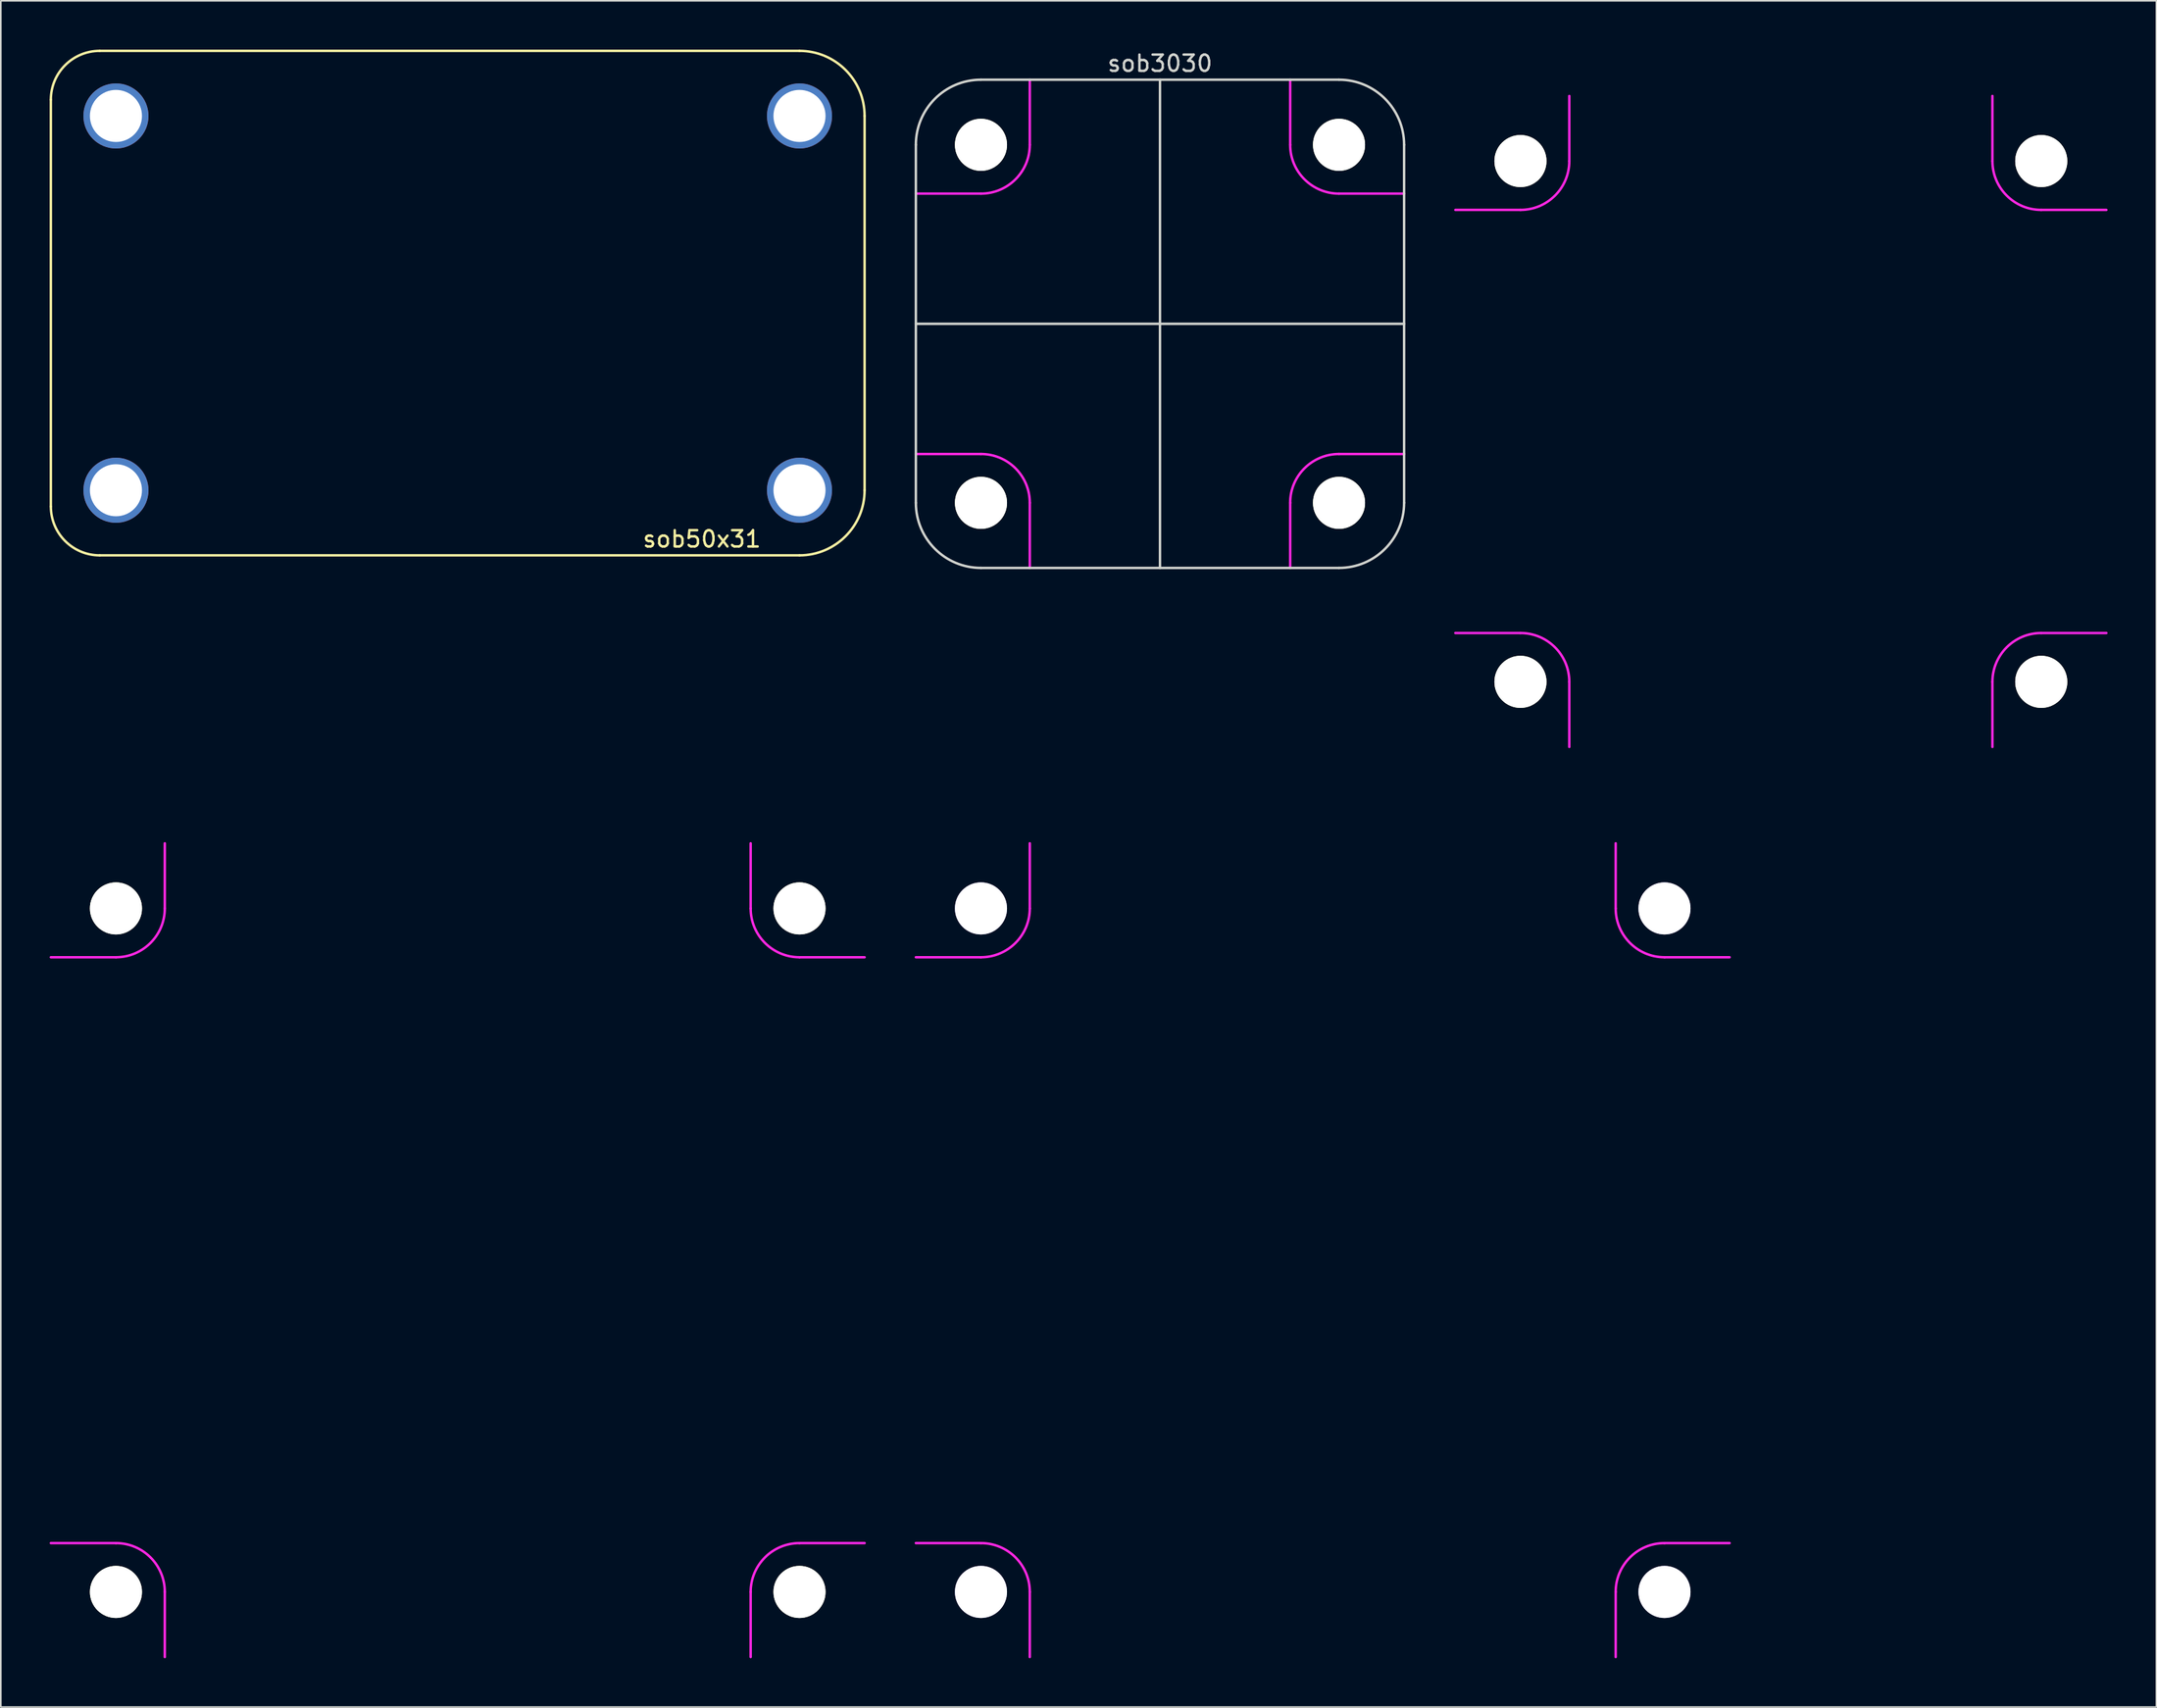
<source format=kicad_pcb>
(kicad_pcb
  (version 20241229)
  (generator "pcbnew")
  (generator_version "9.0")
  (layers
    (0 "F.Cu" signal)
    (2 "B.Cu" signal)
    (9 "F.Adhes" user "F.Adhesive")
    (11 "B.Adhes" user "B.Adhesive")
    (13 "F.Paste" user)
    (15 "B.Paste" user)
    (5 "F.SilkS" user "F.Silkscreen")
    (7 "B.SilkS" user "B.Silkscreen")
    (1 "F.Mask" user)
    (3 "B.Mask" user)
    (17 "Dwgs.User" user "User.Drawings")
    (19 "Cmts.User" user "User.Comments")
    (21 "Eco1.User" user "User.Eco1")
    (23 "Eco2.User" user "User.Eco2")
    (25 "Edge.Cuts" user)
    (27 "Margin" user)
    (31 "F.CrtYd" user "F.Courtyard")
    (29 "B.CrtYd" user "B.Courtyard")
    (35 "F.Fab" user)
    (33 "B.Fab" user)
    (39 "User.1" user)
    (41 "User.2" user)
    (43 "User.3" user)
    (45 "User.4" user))
  (footprint "sob4040"
    (layer "F.Cu")
    (at 106.375 22.848)
    (property "Reference" "sob4040" (at 0 -22 0) (layer "Eco1.User") (effects (font (size 1 1) (thickness 0.15))))
    (attr through_hole)
    (fp_line (start -20 0) (end 20 0) (stroke (width 0.15) (type solid)) (layer "Eco1.User"))
    (fp_line (start -20 16) (end -20 -16) (stroke (width 0.15) (type solid)) (layer "Eco1.User"))
    (fp_line (start -16 -20) (end 16 -20) (stroke (width 0.15) (type solid)) (layer "Eco1.User"))
    (fp_line (start 0 -20) (end 0 20) (stroke (width 0.15) (type solid)) (layer "Eco1.User"))
    (fp_line (start 16 20) (end -16 20) (stroke (width 0.15) (type solid)) (layer "Eco1.User"))
    (fp_line (start 20 -16) (end 20 16) (stroke (width 0.15) (type solid)) (layer "Eco1.User"))
    (fp_arc (start -19.993019 -16.000006) (mid -18.823913 -18.825964) (end -16 -20) (stroke (width 0.15) (type solid)) (layer "Eco1.User"))
    (fp_arc (start -16 20) (mid -18.828427 18.828427) (end -20 16) (stroke (width 0.15) (type solid)) (layer "Eco1.User"))
    (fp_arc (start 16 -20) (mid 18.828427 -18.828427) (end 20 -16) (stroke (width 0.15) (type solid)) (layer "Eco1.User"))
    (fp_arc (start 20 16) (mid 18.828427 18.828427) (end 16 20) (stroke (width 0.15) (type solid)) (layer "Eco1.User"))
    (fp_line (start -16 -13) (end -20 -13) (stroke (width 0.15) (type solid)) (layer "F.CrtYd"))
    (fp_line (start -16 13) (end -20 13) (stroke (width 0.15) (type solid)) (layer "F.CrtYd"))
    (fp_line (start -13 -16) (end -13 -20) (stroke (width 0.15) (type solid)) (layer "F.CrtYd"))
    (fp_line (start -13 16) (end -13 20) (stroke (width 0.15) (type solid)) (layer "F.CrtYd"))
    (fp_line (start 13 -16) (end 13 -20) (stroke (width 0.15) (type solid)) (layer "F.CrtYd"))
    (fp_line (start 13 16) (end 13 20) (stroke (width 0.15) (type solid)) (layer "F.CrtYd"))
    (fp_line (start 16 -13) (end 20 -13) (stroke (width 0.15) (type solid)) (layer "F.CrtYd"))
    (fp_line (start 16 13) (end 20 13) (stroke (width 0.15) (type solid)) (layer "F.CrtYd"))
    (fp_arc (start -16 13) (mid -13.87868 13.87868) (end -13 16) (stroke (width 0.15) (type solid)) (layer "F.CrtYd"))
    (fp_arc (start -13 -16) (mid -13.87868 -13.87868) (end -16 -13) (stroke (width 0.15) (type solid)) (layer "F.CrtYd"))
    (fp_arc (start 13 16) (mid 13.87868 13.87868) (end 16 13) (stroke (width 0.15) (type solid)) (layer "F.CrtYd"))
    (fp_arc (start 16 -13) (mid 13.87868 -13.87868) (end 13 -16) (stroke (width 0.15) (type solid)) (layer "F.CrtYd"))
    (pad "" np_thru_hole circle (at -16 -16) (size 3.2 3.2) (drill 3.2) (layers "*.Cu" "*.Mask" "F.SilkS"))
    (pad "" np_thru_hole circle (at -16 16) (size 3.2 3.2) (drill 3.2) (layers "*.Cu" "*.Mask" "F.SilkS"))
    (pad "" np_thru_hole circle (at 16 -16) (size 3.2 3.2) (drill 3.2) (layers "*.Cu" "*.Mask" "F.SilkS"))
    (pad "" np_thru_hole circle (at 16 16) (size 3.2 3.2) (drill 3.2) (layers "*.Cu" "*.Mask" "F.SilkS")))
  (footprint "sob100100"
    (layer "F.Cu")
    (at 78.225 73.772)
    (property "Reference" "sob100100" (at 0 -27 0) (layer "Eco1.User") (effects (font (size 1 1) (thickness 0.15))))
    (attr through_hole)
    (fp_line (start -25 0) (end 25 0) (stroke (width 0.15) (type solid)) (layer "Eco1.User"))
    (fp_line (start -25 21) (end -25 -21) (stroke (width 0.15) (type solid)) (layer "Eco1.User"))
    (fp_line (start -21 -25) (end 21 -25) (stroke (width 0.15) (type solid)) (layer "Eco1.User"))
    (fp_line (start 0 -25) (end 0 25) (stroke (width 0.15) (type solid)) (layer "Eco1.User"))
    (fp_line (start 21 25) (end -21 25) (stroke (width 0.15) (type solid)) (layer "Eco1.User"))
    (fp_line (start 25 -21) (end 25 21) (stroke (width 0.15) (type solid)) (layer "Eco1.User"))
    (fp_arc (start -24.993019 -21.000006) (mid -23.823913 -23.825964) (end -21 -25) (stroke (width 0.15) (type solid)) (layer "Eco1.User"))
    (fp_arc (start -21 25) (mid -23.828427 23.828427) (end -25 21) (stroke (width 0.15) (type solid)) (layer "Eco1.User"))
    (fp_arc (start 21 -25) (mid 23.828427 -23.828427) (end 25 -21) (stroke (width 0.15) (type solid)) (layer "Eco1.User"))
    (fp_arc (start 25 21) (mid 23.828427 23.828427) (end 21 25) (stroke (width 0.15) (type solid)) (layer "Eco1.User"))
    (fp_line (start -21 -18) (end -25 -18) (stroke (width 0.15) (type solid)) (layer "F.CrtYd"))
    (fp_line (start -21 18) (end -25 18) (stroke (width 0.15) (type solid)) (layer "F.CrtYd"))
    (fp_line (start -18 -21) (end -18 -25) (stroke (width 0.15) (type solid)) (layer "F.CrtYd"))
    (fp_line (start -18 21) (end -18 25) (stroke (width 0.15) (type solid)) (layer "F.CrtYd"))
    (fp_line (start 18 -21) (end 18 -25) (stroke (width 0.15) (type solid)) (layer "F.CrtYd"))
    (fp_line (start 18 21) (end 18 25) (stroke (width 0.15) (type solid)) (layer "F.CrtYd"))
    (fp_line (start 21 -18) (end 25 -18) (stroke (width 0.15) (type solid)) (layer "F.CrtYd"))
    (fp_line (start 21 18) (end 25 18) (stroke (width 0.15) (type solid)) (layer "F.CrtYd"))
    (fp_arc (start -21 18) (mid -18.87868 18.87868) (end -18 21) (stroke (width 0.15) (type solid)) (layer "F.CrtYd"))
    (fp_arc (start -18 -21) (mid -18.87868 -18.87868) (end -21 -18) (stroke (width 0.15) (type solid)) (layer "F.CrtYd"))
    (fp_arc (start 18 21) (mid 18.87868 18.87868) (end 21 18) (stroke (width 0.15) (type solid)) (layer "F.CrtYd"))
    (fp_arc (start 21 -18) (mid 18.87868 -18.87868) (end 18 -21) (stroke (width 0.15) (type solid)) (layer "F.CrtYd"))
    (pad "1" thru_hole circle (at -21 -21) (size 3.2 3.2) (drill 3.2) (layers "*.Cu" "*.Mask"))
    (pad "3" thru_hole circle (at -21 21) (size 3.2 3.2) (drill 3.2) (layers "*.Cu" "*.Mask"))
    (pad "3" thru_hole circle (at 21 -21) (size 3.2 3.2) (drill 3.2) (layers "*.Cu" "*.Mask"))
    (pad "4" thru_hole circle (at 21 21) (size 3.2 3.2) (drill 3.2) (layers "*.Cu" "*.Mask")))
  (footprint "sob50x31"
    (layer "F.Cu")
    (at 25.075 15.575)
    (property "Reference" "sob50x31" (at 15 14.5 0) (layer "F.SilkS") (effects (font (size 1 1) (thickness 0.15))))
    (attr through_hole)
    (fp_line (start -25 -12.5) (end -25 12.5) (stroke (width 0.15) (type solid)) (layer "F.SilkS"))
    (fp_line (start 21 -15.5) (end -22 -15.5) (stroke (width 0.15) (type solid)) (layer "F.SilkS"))
    (fp_line (start 21 15.5) (end -22 15.5) (stroke (width 0.15) (type solid)) (layer "F.SilkS"))
    (fp_line (start 25 -11.5) (end 25 11.5) (stroke (width 0.15) (type solid)) (layer "F.SilkS"))
    (fp_arc (start -25 -12.5) (mid -24.12132 -14.62132) (end -22 -15.5) (stroke (width 0.15) (type solid)) (layer "F.SilkS"))
    (fp_arc (start -22 15.5) (mid -24.12132 14.62132) (end -25 12.5) (stroke (width 0.15) (type solid)) (layer "F.SilkS"))
    (fp_arc (start 21 -15.5) (mid 23.828427 -14.328427) (end 25 -11.5) (stroke (width 0.15) (type solid)) (layer "F.SilkS"))
    (fp_arc (start 25 11.5) (mid 23.828427 14.328427) (end 21 15.5) (stroke (width 0.15) (type solid)) (layer "F.SilkS"))
    (pad "1" thru_hole circle (at -21 -11.5) (size 4 4) (drill 3.2) (layers "*.Cu" "*.Mask"))
    (pad "1" thru_hole circle (at -21 11.5) (size 4 4) (drill 3.2) (layers "*.Cu" "*.Mask"))
    (pad "1" thru_hole circle (at 21 -11.5) (size 4 4) (drill 3.2) (layers "*.Cu" "*.Mask"))
    (pad "1" thru_hole circle (at 21 11.5) (size 4 4) (drill 3.2) (layers "*.Cu" "*.Mask")))
  (footprint "sob3030"
    (layer "F.Cu")
    (at 68.225 16.848)
    (property "Reference" "sob3030" (at 0 -16 0) (layer "Edge.Cuts") (effects (font (size 1 1) (thickness 0.15))))
    (attr through_hole)
    (fp_line (start -15 -11) (end -15 11) (stroke (width 0.15) (type solid)) (layer "Edge.Cuts"))
    (fp_line (start -15 0) (end 15 0) (stroke (width 0.15) (type solid)) (layer "Edge.Cuts"))
    (fp_line (start -11 15) (end 11 15) (stroke (width 0.15) (type solid)) (layer "Edge.Cuts"))
    (fp_line (start 0 -15) (end 0 15) (stroke (width 0.15) (type solid)) (layer "Edge.Cuts"))
    (fp_line (start 11 -15) (end -11 -15) (stroke (width 0.15) (type solid)) (layer "Edge.Cuts"))
    (fp_line (start 15 11) (end 15 -11) (stroke (width 0.15) (type solid)) (layer "Edge.Cuts"))
    (fp_arc (start -15 -11) (mid -13.830894 -13.825958) (end -11.006981 -14.999994) (stroke (width 0.15) (type solid)) (layer "Edge.Cuts"))
    (fp_arc (start -11 15) (mid -13.828427 13.828427) (end -15 11) (stroke (width 0.15) (type solid)) (layer "Edge.Cuts"))
    (fp_arc (start 11 -15) (mid 13.828427 -13.828427) (end 15 -11) (stroke (width 0.15) (type solid)) (layer "Edge.Cuts"))
    (fp_arc (start 15 11) (mid 13.828427 13.828427) (end 11 15) (stroke (width 0.15) (type solid)) (layer "Edge.Cuts"))
    (fp_line (start -11 -8) (end -15 -8) (stroke (width 0.15) (type solid)) (layer "F.CrtYd"))
    (fp_line (start -11 8) (end -15 8) (stroke (width 0.15) (type solid)) (layer "F.CrtYd"))
    (fp_line (start -8 -11) (end -8 -15) (stroke (width 0.15) (type solid)) (layer "F.CrtYd"))
    (fp_line (start -8 11) (end -8 15) (stroke (width 0.15) (type solid)) (layer "F.CrtYd"))
    (fp_line (start 8 -11) (end 8 -15) (stroke (width 0.15) (type solid)) (layer "F.CrtYd"))
    (fp_line (start 8 11) (end 8 15) (stroke (width 0.15) (type solid)) (layer "F.CrtYd"))
    (fp_line (start 11 -8) (end 15 -8) (stroke (width 0.15) (type solid)) (layer "F.CrtYd"))
    (fp_line (start 11 8) (end 15 8) (stroke (width 0.15) (type solid)) (layer "F.CrtYd"))
    (fp_arc (start -11 8) (mid -8.87868 8.87868) (end -8 11) (stroke (width 0.15) (type solid)) (layer "F.CrtYd"))
    (fp_arc (start -8 -11) (mid -8.87868 -8.87868) (end -11 -8) (stroke (width 0.15) (type solid)) (layer "F.CrtYd"))
    (fp_arc (start 8 11) (mid 8.87868 8.87868) (end 11 8) (stroke (width 0.15) (type solid)) (layer "F.CrtYd"))
    (fp_arc (start 11 -8) (mid 8.87868 -8.87868) (end 8 -11) (stroke (width 0.15) (type solid)) (layer "F.CrtYd"))
    (pad "" np_thru_hole circle (at -11 -11) (size 3.2 3.2) (drill 3.2) (layers "*.Cu" "*.Mask" "F.SilkS"))
    (pad "" np_thru_hole circle (at -11 11) (size 3.2 3.2) (drill 3.2) (layers "*.Cu" "*.Mask" "F.SilkS"))
    (pad "" np_thru_hole circle (at 11 -11) (size 3.2 3.2) (drill 3.2) (layers "*.Cu" "*.Mask" "F.SilkS"))
    (pad "" np_thru_hole circle (at 11 11) (size 3.2 3.2) (drill 3.2) (layers "*.Cu" "*.Mask" "F.SilkS")))
  (footprint "sob5050"
    (layer "F.Cu")
    (at 25.075 73.772)
    (property "Reference" "sob5050" (at 0 -27 0) (layer "Eco1.User") (effects (font (size 1 1) (thickness 0.15))))
    (attr through_hole)
    (fp_line (start -25 0) (end 25 0) (stroke (width 0.15) (type solid)) (layer "Eco1.User"))
    (fp_line (start -25 21) (end -25 -21) (stroke (width 0.15) (type solid)) (layer "Eco1.User"))
    (fp_line (start -21 -25) (end 21 -25) (stroke (width 0.15) (type solid)) (layer "Eco1.User"))
    (fp_line (start 0 -25) (end 0 25) (stroke (width 0.15) (type solid)) (layer "Eco1.User"))
    (fp_line (start 21 25) (end -21 25) (stroke (width 0.15) (type solid)) (layer "Eco1.User"))
    (fp_line (start 25 -21) (end 25 21) (stroke (width 0.15) (type solid)) (layer "Eco1.User"))
    (fp_arc (start -24.993019 -21.000006) (mid -23.823913 -23.825964) (end -21 -25) (stroke (width 0.15) (type solid)) (layer "Eco1.User"))
    (fp_arc (start -21 25) (mid -23.828427 23.828427) (end -25 21) (stroke (width 0.15) (type solid)) (layer "Eco1.User"))
    (fp_arc (start 21 -25) (mid 23.828427 -23.828427) (end 25 -21) (stroke (width 0.15) (type solid)) (layer "Eco1.User"))
    (fp_arc (start 25 21) (mid 23.828427 23.828427) (end 21 25) (stroke (width 0.15) (type solid)) (layer "Eco1.User"))
    (fp_line (start -21 -18) (end -25 -18) (stroke (width 0.15) (type solid)) (layer "F.CrtYd"))
    (fp_line (start -21 18) (end -25 18) (stroke (width 0.15) (type solid)) (layer "F.CrtYd"))
    (fp_line (start -18 -21) (end -18 -25) (stroke (width 0.15) (type solid)) (layer "F.CrtYd"))
    (fp_line (start -18 21) (end -18 25) (stroke (width 0.15) (type solid)) (layer "F.CrtYd"))
    (fp_line (start 18 -21) (end 18 -25) (stroke (width 0.15) (type solid)) (layer "F.CrtYd"))
    (fp_line (start 18 21) (end 18 25) (stroke (width 0.15) (type solid)) (layer "F.CrtYd"))
    (fp_line (start 21 -18) (end 25 -18) (stroke (width 0.15) (type solid)) (layer "F.CrtYd"))
    (fp_line (start 21 18) (end 25 18) (stroke (width 0.15) (type solid)) (layer "F.CrtYd"))
    (fp_arc (start -21 18) (mid -18.87868 18.87868) (end -18 21) (stroke (width 0.15) (type solid)) (layer "F.CrtYd"))
    (fp_arc (start -18 -21) (mid -18.87868 -18.87868) (end -21 -18) (stroke (width 0.15) (type solid)) (layer "F.CrtYd"))
    (fp_arc (start 18 21) (mid 18.87868 18.87868) (end 21 18) (stroke (width 0.15) (type solid)) (layer "F.CrtYd"))
    (fp_arc (start 21 -18) (mid 18.87868 -18.87868) (end 18 -21) (stroke (width 0.15) (type solid)) (layer "F.CrtYd"))
    (pad "" np_thru_hole circle (at -21 -21) (size 3.2 3.2) (drill 3.2) (layers "*.Cu" "*.Mask" "F.SilkS"))
    (pad "" np_thru_hole circle (at -21 21) (size 3.2 3.2) (drill 3.2) (layers "*.Cu" "*.Mask" "F.SilkS"))
    (pad "" np_thru_hole circle (at 21 -21) (size 3.2 3.2) (drill 3.2) (layers "*.Cu" "*.Mask" "F.SilkS"))
    (pad "" np_thru_hole circle (at 21 21) (size 3.2 3.2) (drill 3.2) (layers "*.Cu" "*.Mask" "F.SilkS")))
  (gr_rect
    (start -3 -3)
    (end 129.45 101.847)
    (stroke (width 0.1) (type default))
    (fill no)
    (layer "Edge.Cuts")))
</source>
